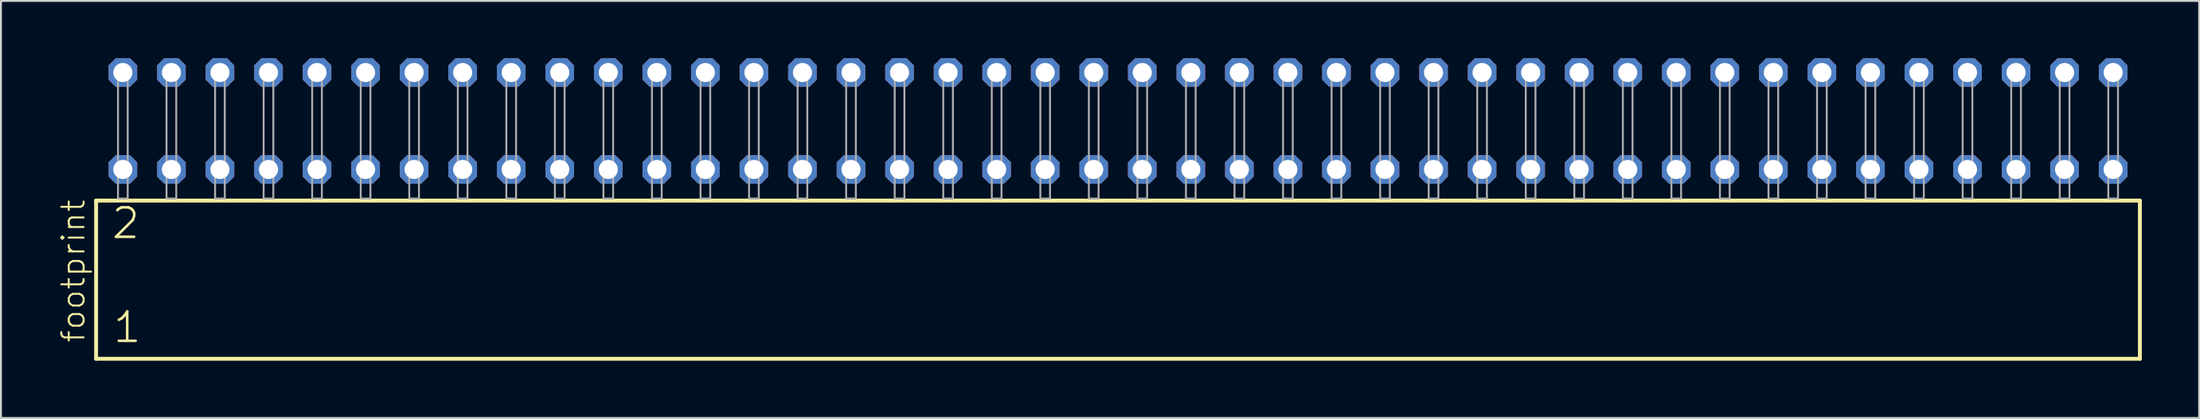
<source format=kicad_pcb>
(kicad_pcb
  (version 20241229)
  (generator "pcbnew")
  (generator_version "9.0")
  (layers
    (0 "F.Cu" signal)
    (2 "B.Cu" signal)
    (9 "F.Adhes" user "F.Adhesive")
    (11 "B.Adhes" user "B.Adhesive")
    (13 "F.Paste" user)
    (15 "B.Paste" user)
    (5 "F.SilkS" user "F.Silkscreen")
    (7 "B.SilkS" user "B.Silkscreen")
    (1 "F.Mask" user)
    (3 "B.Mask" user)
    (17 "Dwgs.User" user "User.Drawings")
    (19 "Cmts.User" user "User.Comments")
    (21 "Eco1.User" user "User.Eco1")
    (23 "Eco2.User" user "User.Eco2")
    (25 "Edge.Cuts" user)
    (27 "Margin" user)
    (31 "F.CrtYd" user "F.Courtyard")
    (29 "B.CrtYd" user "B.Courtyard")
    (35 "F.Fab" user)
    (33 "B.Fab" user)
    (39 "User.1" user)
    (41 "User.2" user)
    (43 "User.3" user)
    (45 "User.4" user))
  (footprint "footprint"
    (layer "F.Cu")
    (at 55.448 7.354)
    (property "Reference" "footprint" (at -53.975 7.62 90) (layer "F.SilkS") (effects (font (size 1.168 1.168) (thickness 0.102)) (justify left bottom)))
    (fp_line (start -53.469 0.106) (end -53.469 8.396) (stroke (width 0.203) (type solid)) (layer "F.SilkS"))
    (fp_line (start -53.469 8.396) (end 53.469 8.396) (stroke (width 0.203) (type solid)) (layer "F.SilkS"))
    (fp_line (start 53.469 0.106) (end -53.469 0.106) (stroke (width 0.203) (type solid)) (layer "F.SilkS"))
    (fp_line (start 53.469 8.396) (end 53.469 0.106) (stroke (width 0.203) (type solid)) (layer "F.SilkS"))
    (fp_poly (pts (xy -52.324 0) (xy -51.816 0) (xy -51.816 -6.858) (xy -52.324 -6.858)) (stroke (width 0.1) (type solid)) (fill no) (layer "F.Fab"))
    (fp_poly (pts (xy -49.784 0) (xy -49.276 0) (xy -49.276 -6.858) (xy -49.784 -6.858)) (stroke (width 0.1) (type solid)) (fill no) (layer "F.Fab"))
    (fp_poly (pts (xy -47.244 0) (xy -46.736 0) (xy -46.736 -6.858) (xy -47.244 -6.858)) (stroke (width 0.1) (type solid)) (fill no) (layer "F.Fab"))
    (fp_poly (pts (xy -44.704 0) (xy -44.196 0) (xy -44.196 -6.858) (xy -44.704 -6.858)) (stroke (width 0.1) (type solid)) (fill no) (layer "F.Fab"))
    (fp_poly (pts (xy -42.164 0) (xy -41.656 0) (xy -41.656 -6.858) (xy -42.164 -6.858)) (stroke (width 0.1) (type solid)) (fill no) (layer "F.Fab"))
    (fp_poly (pts (xy -39.624 0) (xy -39.116 0) (xy -39.116 -6.858) (xy -39.624 -6.858)) (stroke (width 0.1) (type solid)) (fill no) (layer "F.Fab"))
    (fp_poly (pts (xy -37.084 0) (xy -36.576 0) (xy -36.576 -6.858) (xy -37.084 -6.858)) (stroke (width 0.1) (type solid)) (fill no) (layer "F.Fab"))
    (fp_poly (pts (xy -34.544 0) (xy -34.036 0) (xy -34.036 -6.858) (xy -34.544 -6.858)) (stroke (width 0.1) (type solid)) (fill no) (layer "F.Fab"))
    (fp_poly (pts (xy -32.004 0) (xy -31.496 0) (xy -31.496 -6.858) (xy -32.004 -6.858)) (stroke (width 0.1) (type solid)) (fill no) (layer "F.Fab"))
    (fp_poly (pts (xy -29.464 0) (xy -28.956 0) (xy -28.956 -6.858) (xy -29.464 -6.858)) (stroke (width 0.1) (type solid)) (fill no) (layer "F.Fab"))
    (fp_poly (pts (xy -26.924 0) (xy -26.416 0) (xy -26.416 -6.858) (xy -26.924 -6.858)) (stroke (width 0.1) (type solid)) (fill no) (layer "F.Fab"))
    (fp_poly (pts (xy -24.384 0) (xy -23.876 0) (xy -23.876 -6.858) (xy -24.384 -6.858)) (stroke (width 0.1) (type solid)) (fill no) (layer "F.Fab"))
    (fp_poly (pts (xy -21.844 0) (xy -21.336 0) (xy -21.336 -6.858) (xy -21.844 -6.858)) (stroke (width 0.1) (type solid)) (fill no) (layer "F.Fab"))
    (fp_poly (pts (xy -19.304 0) (xy -18.796 0) (xy -18.796 -6.858) (xy -19.304 -6.858)) (stroke (width 0.1) (type solid)) (fill no) (layer "F.Fab"))
    (fp_poly (pts (xy -16.764 0) (xy -16.256 0) (xy -16.256 -6.858) (xy -16.764 -6.858)) (stroke (width 0.1) (type solid)) (fill no) (layer "F.Fab"))
    (fp_poly (pts (xy -14.224 0) (xy -13.716 0) (xy -13.716 -6.858) (xy -14.224 -6.858)) (stroke (width 0.1) (type solid)) (fill no) (layer "F.Fab"))
    (fp_poly (pts (xy -11.684 0) (xy -11.176 0) (xy -11.176 -6.858) (xy -11.684 -6.858)) (stroke (width 0.1) (type solid)) (fill no) (layer "F.Fab"))
    (fp_poly (pts (xy -9.144 0) (xy -8.636 0) (xy -8.636 -6.858) (xy -9.144 -6.858)) (stroke (width 0.1) (type solid)) (fill no) (layer "F.Fab"))
    (fp_poly (pts (xy -6.604 0) (xy -6.096 0) (xy -6.096 -6.858) (xy -6.604 -6.858)) (stroke (width 0.1) (type solid)) (fill no) (layer "F.Fab"))
    (fp_poly (pts (xy -4.064 0) (xy -3.556 0) (xy -3.556 -6.858) (xy -4.064 -6.858)) (stroke (width 0.1) (type solid)) (fill no) (layer "F.Fab"))
    (fp_poly (pts (xy -1.524 0) (xy -1.016 0) (xy -1.016 -6.858) (xy -1.524 -6.858)) (stroke (width 0.1) (type solid)) (fill no) (layer "F.Fab"))
    (fp_poly (pts (xy 1.016 0) (xy 1.524 0) (xy 1.524 -6.858) (xy 1.016 -6.858)) (stroke (width 0.1) (type solid)) (fill no) (layer "F.Fab"))
    (fp_poly (pts (xy 3.556 0) (xy 4.064 0) (xy 4.064 -6.858) (xy 3.556 -6.858)) (stroke (width 0.1) (type solid)) (fill no) (layer "F.Fab"))
    (fp_poly (pts (xy 6.096 0) (xy 6.604 0) (xy 6.604 -6.858) (xy 6.096 -6.858)) (stroke (width 0.1) (type solid)) (fill no) (layer "F.Fab"))
    (fp_poly (pts (xy 8.636 0) (xy 9.144 0) (xy 9.144 -6.858) (xy 8.636 -6.858)) (stroke (width 0.1) (type solid)) (fill no) (layer "F.Fab"))
    (fp_poly (pts (xy 11.176 0) (xy 11.684 0) (xy 11.684 -6.858) (xy 11.176 -6.858)) (stroke (width 0.1) (type solid)) (fill no) (layer "F.Fab"))
    (fp_poly (pts (xy 13.716 0) (xy 14.224 0) (xy 14.224 -6.858) (xy 13.716 -6.858)) (stroke (width 0.1) (type solid)) (fill no) (layer "F.Fab"))
    (fp_poly (pts (xy 16.256 0) (xy 16.764 0) (xy 16.764 -6.858) (xy 16.256 -6.858)) (stroke (width 0.1) (type solid)) (fill no) (layer "F.Fab"))
    (fp_poly (pts (xy 18.796 0) (xy 19.304 0) (xy 19.304 -6.858) (xy 18.796 -6.858)) (stroke (width 0.1) (type solid)) (fill no) (layer "F.Fab"))
    (fp_poly (pts (xy 21.336 0) (xy 21.844 0) (xy 21.844 -6.858) (xy 21.336 -6.858)) (stroke (width 0.1) (type solid)) (fill no) (layer "F.Fab"))
    (fp_poly (pts (xy 23.876 0) (xy 24.384 0) (xy 24.384 -6.858) (xy 23.876 -6.858)) (stroke (width 0.1) (type solid)) (fill no) (layer "F.Fab"))
    (fp_poly (pts (xy 26.416 0) (xy 26.924 0) (xy 26.924 -6.858) (xy 26.416 -6.858)) (stroke (width 0.1) (type solid)) (fill no) (layer "F.Fab"))
    (fp_poly (pts (xy 28.956 0) (xy 29.464 0) (xy 29.464 -6.858) (xy 28.956 -6.858)) (stroke (width 0.1) (type solid)) (fill no) (layer "F.Fab"))
    (fp_poly (pts (xy 31.496 0) (xy 32.004 0) (xy 32.004 -6.858) (xy 31.496 -6.858)) (stroke (width 0.1) (type solid)) (fill no) (layer "F.Fab"))
    (fp_poly (pts (xy 34.036 0) (xy 34.544 0) (xy 34.544 -6.858) (xy 34.036 -6.858)) (stroke (width 0.1) (type solid)) (fill no) (layer "F.Fab"))
    (fp_poly (pts (xy 36.576 0) (xy 37.084 0) (xy 37.084 -6.858) (xy 36.576 -6.858)) (stroke (width 0.1) (type solid)) (fill no) (layer "F.Fab"))
    (fp_poly (pts (xy 39.116 0) (xy 39.624 0) (xy 39.624 -6.858) (xy 39.116 -6.858)) (stroke (width 0.1) (type solid)) (fill no) (layer "F.Fab"))
    (fp_poly (pts (xy 41.656 0) (xy 42.164 0) (xy 42.164 -6.858) (xy 41.656 -6.858)) (stroke (width 0.1) (type solid)) (fill no) (layer "F.Fab"))
    (fp_poly (pts (xy 44.196 0) (xy 44.704 0) (xy 44.704 -6.858) (xy 44.196 -6.858)) (stroke (width 0.1) (type solid)) (fill no) (layer "F.Fab"))
    (fp_poly (pts (xy 46.736 0) (xy 47.244 0) (xy 47.244 -6.858) (xy 46.736 -6.858)) (stroke (width 0.1) (type solid)) (fill no) (layer "F.Fab"))
    (fp_poly (pts (xy 49.276 0) (xy 49.784 0) (xy 49.784 -6.858) (xy 49.276 -6.858)) (stroke (width 0.1) (type solid)) (fill no) (layer "F.Fab"))
    (fp_poly (pts (xy 51.816 0) (xy 52.324 0) (xy 52.324 -6.858) (xy 51.816 -6.858)) (stroke (width 0.1) (type solid)) (fill no) (layer "F.Fab"))
    (fp_text user "2" (at -52.74 2.2 0) (layer "F.SilkS") (effects (font (size 1.542 1.542) (thickness 0.134)) (justify left bottom)))
    (fp_text user "1" (at -52.665 7.65 0) (layer "F.SilkS") (effects (font (size 1.542 1.542) (thickness 0.134)) (justify left bottom)))
    (pad "1" thru_hole roundrect (at -52.07 -1.524) (size 1.5 1.5) (drill 1) (layers "*.Cu" "*.Mask") (roundrect_rratio 0.25) (chamfer_ratio 0.25) (chamfer top_left top_right bottom_left bottom_right))
    (pad "2" thru_hole roundrect (at -52.07 -6.604) (size 1.5 1.5) (drill 1) (layers "*.Cu" "*.Mask") (roundrect_rratio 0.25) (chamfer_ratio 0.25) (chamfer top_left top_right bottom_left bottom_right))
    (pad "3" thru_hole roundrect (at -49.53 -1.524) (size 1.5 1.5) (drill 1) (layers "*.Cu" "*.Mask") (roundrect_rratio 0.25) (chamfer_ratio 0.25) (chamfer top_left top_right bottom_left bottom_right))
    (pad "4" thru_hole roundrect (at -49.53 -6.604) (size 1.5 1.5) (drill 1) (layers "*.Cu" "*.Mask") (roundrect_rratio 0.25) (chamfer_ratio 0.25) (chamfer top_left top_right bottom_left bottom_right))
    (pad "5" thru_hole roundrect (at -46.99 -1.524) (size 1.5 1.5) (drill 1) (layers "*.Cu" "*.Mask") (roundrect_rratio 0.25) (chamfer_ratio 0.25) (chamfer top_left top_right bottom_left bottom_right))
    (pad "6" thru_hole roundrect (at -46.99 -6.604) (size 1.5 1.5) (drill 1) (layers "*.Cu" "*.Mask") (roundrect_rratio 0.25) (chamfer_ratio 0.25) (chamfer top_left top_right bottom_left bottom_right))
    (pad "7" thru_hole roundrect (at -44.45 -1.524) (size 1.5 1.5) (drill 1) (layers "*.Cu" "*.Mask") (roundrect_rratio 0.25) (chamfer_ratio 0.25) (chamfer top_left top_right bottom_left bottom_right))
    (pad "8" thru_hole roundrect (at -44.45 -6.604) (size 1.5 1.5) (drill 1) (layers "*.Cu" "*.Mask") (roundrect_rratio 0.25) (chamfer_ratio 0.25) (chamfer top_left top_right bottom_left bottom_right))
    (pad "9" thru_hole roundrect (at -41.91 -1.524) (size 1.5 1.5) (drill 1) (layers "*.Cu" "*.Mask") (roundrect_rratio 0.25) (chamfer_ratio 0.25) (chamfer top_left top_right bottom_left bottom_right))
    (pad "10" thru_hole roundrect (at -41.91 -6.604) (size 1.5 1.5) (drill 1) (layers "*.Cu" "*.Mask") (roundrect_rratio 0.25) (chamfer_ratio 0.25) (chamfer top_left top_right bottom_left bottom_right))
    (pad "11" thru_hole roundrect (at -39.37 -1.524) (size 1.5 1.5) (drill 1) (layers "*.Cu" "*.Mask") (roundrect_rratio 0.25) (chamfer_ratio 0.25) (chamfer top_left top_right bottom_left bottom_right))
    (pad "12" thru_hole roundrect (at -39.37 -6.604) (size 1.5 1.5) (drill 1) (layers "*.Cu" "*.Mask") (roundrect_rratio 0.25) (chamfer_ratio 0.25) (chamfer top_left top_right bottom_left bottom_right))
    (pad "13" thru_hole roundrect (at -36.83 -1.524) (size 1.5 1.5) (drill 1) (layers "*.Cu" "*.Mask") (roundrect_rratio 0.25) (chamfer_ratio 0.25) (chamfer top_left top_right bottom_left bottom_right))
    (pad "14" thru_hole roundrect (at -36.83 -6.604) (size 1.5 1.5) (drill 1) (layers "*.Cu" "*.Mask") (roundrect_rratio 0.25) (chamfer_ratio 0.25) (chamfer top_left top_right bottom_left bottom_right))
    (pad "15" thru_hole roundrect (at -34.29 -1.524) (size 1.5 1.5) (drill 1) (layers "*.Cu" "*.Mask") (roundrect_rratio 0.25) (chamfer_ratio 0.25) (chamfer top_left top_right bottom_left bottom_right))
    (pad "16" thru_hole roundrect (at -34.29 -6.604) (size 1.5 1.5) (drill 1) (layers "*.Cu" "*.Mask") (roundrect_rratio 0.25) (chamfer_ratio 0.25) (chamfer top_left top_right bottom_left bottom_right))
    (pad "17" thru_hole roundrect (at -31.75 -1.524) (size 1.5 1.5) (drill 1) (layers "*.Cu" "*.Mask") (roundrect_rratio 0.25) (chamfer_ratio 0.25) (chamfer top_left top_right bottom_left bottom_right))
    (pad "18" thru_hole roundrect (at -31.75 -6.604) (size 1.5 1.5) (drill 1) (layers "*.Cu" "*.Mask") (roundrect_rratio 0.25) (chamfer_ratio 0.25) (chamfer top_left top_right bottom_left bottom_right))
    (pad "19" thru_hole roundrect (at -29.21 -1.524) (size 1.5 1.5) (drill 1) (layers "*.Cu" "*.Mask") (roundrect_rratio 0.25) (chamfer_ratio 0.25) (chamfer top_left top_right bottom_left bottom_right))
    (pad "20" thru_hole roundrect (at -29.21 -6.604) (size 1.5 1.5) (drill 1) (layers "*.Cu" "*.Mask") (roundrect_rratio 0.25) (chamfer_ratio 0.25) (chamfer top_left top_right bottom_left bottom_right))
    (pad "21" thru_hole roundrect (at -26.67 -1.524) (size 1.5 1.5) (drill 1) (layers "*.Cu" "*.Mask") (roundrect_rratio 0.25) (chamfer_ratio 0.25) (chamfer top_left top_right bottom_left bottom_right))
    (pad "22" thru_hole roundrect (at -26.67 -6.604) (size 1.5 1.5) (drill 1) (layers "*.Cu" "*.Mask") (roundrect_rratio 0.25) (chamfer_ratio 0.25) (chamfer top_left top_right bottom_left bottom_right))
    (pad "23" thru_hole roundrect (at -24.13 -1.524) (size 1.5 1.5) (drill 1) (layers "*.Cu" "*.Mask") (roundrect_rratio 0.25) (chamfer_ratio 0.25) (chamfer top_left top_right bottom_left bottom_right))
    (pad "24" thru_hole roundrect (at -24.13 -6.604) (size 1.5 1.5) (drill 1) (layers "*.Cu" "*.Mask") (roundrect_rratio 0.25) (chamfer_ratio 0.25) (chamfer top_left top_right bottom_left bottom_right))
    (pad "25" thru_hole roundrect (at -21.59 -1.524) (size 1.5 1.5) (drill 1) (layers "*.Cu" "*.Mask") (roundrect_rratio 0.25) (chamfer_ratio 0.25) (chamfer top_left top_right bottom_left bottom_right))
    (pad "26" thru_hole roundrect (at -21.59 -6.604) (size 1.5 1.5) (drill 1) (layers "*.Cu" "*.Mask") (roundrect_rratio 0.25) (chamfer_ratio 0.25) (chamfer top_left top_right bottom_left bottom_right))
    (pad "27" thru_hole roundrect (at -19.05 -1.524) (size 1.5 1.5) (drill 1) (layers "*.Cu" "*.Mask") (roundrect_rratio 0.25) (chamfer_ratio 0.25) (chamfer top_left top_right bottom_left bottom_right))
    (pad "28" thru_hole roundrect (at -19.05 -6.604) (size 1.5 1.5) (drill 1) (layers "*.Cu" "*.Mask") (roundrect_rratio 0.25) (chamfer_ratio 0.25) (chamfer top_left top_right bottom_left bottom_right))
    (pad "29" thru_hole roundrect (at -16.51 -1.524) (size 1.5 1.5) (drill 1) (layers "*.Cu" "*.Mask") (roundrect_rratio 0.25) (chamfer_ratio 0.25) (chamfer top_left top_right bottom_left bottom_right))
    (pad "30" thru_hole roundrect (at -16.51 -6.604) (size 1.5 1.5) (drill 1) (layers "*.Cu" "*.Mask") (roundrect_rratio 0.25) (chamfer_ratio 0.25) (chamfer top_left top_right bottom_left bottom_right))
    (pad "31" thru_hole roundrect (at -13.97 -1.524) (size 1.5 1.5) (drill 1) (layers "*.Cu" "*.Mask") (roundrect_rratio 0.25) (chamfer_ratio 0.25) (chamfer top_left top_right bottom_left bottom_right))
    (pad "32" thru_hole roundrect (at -13.97 -6.604) (size 1.5 1.5) (drill 1) (layers "*.Cu" "*.Mask") (roundrect_rratio 0.25) (chamfer_ratio 0.25) (chamfer top_left top_right bottom_left bottom_right))
    (pad "33" thru_hole roundrect (at -11.43 -1.524) (size 1.5 1.5) (drill 1) (layers "*.Cu" "*.Mask") (roundrect_rratio 0.25) (chamfer_ratio 0.25) (chamfer top_left top_right bottom_left bottom_right))
    (pad "34" thru_hole roundrect (at -11.43 -6.604) (size 1.5 1.5) (drill 1) (layers "*.Cu" "*.Mask") (roundrect_rratio 0.25) (chamfer_ratio 0.25) (chamfer top_left top_right bottom_left bottom_right))
    (pad "35" thru_hole roundrect (at -8.89 -1.524) (size 1.5 1.5) (drill 1) (layers "*.Cu" "*.Mask") (roundrect_rratio 0.25) (chamfer_ratio 0.25) (chamfer top_left top_right bottom_left bottom_right))
    (pad "36" thru_hole roundrect (at -8.89 -6.604) (size 1.5 1.5) (drill 1) (layers "*.Cu" "*.Mask") (roundrect_rratio 0.25) (chamfer_ratio 0.25) (chamfer top_left top_right bottom_left bottom_right))
    (pad "37" thru_hole roundrect (at -6.35 -1.524) (size 1.5 1.5) (drill 1) (layers "*.Cu" "*.Mask") (roundrect_rratio 0.25) (chamfer_ratio 0.25) (chamfer top_left top_right bottom_left bottom_right))
    (pad "38" thru_hole roundrect (at -6.35 -6.604) (size 1.5 1.5) (drill 1) (layers "*.Cu" "*.Mask") (roundrect_rratio 0.25) (chamfer_ratio 0.25) (chamfer top_left top_right bottom_left bottom_right))
    (pad "39" thru_hole roundrect (at -3.81 -1.524) (size 1.5 1.5) (drill 1) (layers "*.Cu" "*.Mask") (roundrect_rratio 0.25) (chamfer_ratio 0.25) (chamfer top_left top_right bottom_left bottom_right))
    (pad "40" thru_hole roundrect (at -3.81 -6.604) (size 1.5 1.5) (drill 1) (layers "*.Cu" "*.Mask") (roundrect_rratio 0.25) (chamfer_ratio 0.25) (chamfer top_left top_right bottom_left bottom_right))
    (pad "41" thru_hole roundrect (at -1.27 -1.524) (size 1.5 1.5) (drill 1) (layers "*.Cu" "*.Mask") (roundrect_rratio 0.25) (chamfer_ratio 0.25) (chamfer top_left top_right bottom_left bottom_right))
    (pad "42" thru_hole roundrect (at -1.27 -6.604) (size 1.5 1.5) (drill 1) (layers "*.Cu" "*.Mask") (roundrect_rratio 0.25) (chamfer_ratio 0.25) (chamfer top_left top_right bottom_left bottom_right))
    (pad "43" thru_hole roundrect (at 1.27 -1.524) (size 1.5 1.5) (drill 1) (layers "*.Cu" "*.Mask") (roundrect_rratio 0.25) (chamfer_ratio 0.25) (chamfer top_left top_right bottom_left bottom_right))
    (pad "44" thru_hole roundrect (at 1.27 -6.604) (size 1.5 1.5) (drill 1) (layers "*.Cu" "*.Mask") (roundrect_rratio 0.25) (chamfer_ratio 0.25) (chamfer top_left top_right bottom_left bottom_right))
    (pad "45" thru_hole roundrect (at 3.81 -1.524) (size 1.5 1.5) (drill 1) (layers "*.Cu" "*.Mask") (roundrect_rratio 0.25) (chamfer_ratio 0.25) (chamfer top_left top_right bottom_left bottom_right))
    (pad "46" thru_hole roundrect (at 3.81 -6.604) (size 1.5 1.5) (drill 1) (layers "*.Cu" "*.Mask") (roundrect_rratio 0.25) (chamfer_ratio 0.25) (chamfer top_left top_right bottom_left bottom_right))
    (pad "47" thru_hole roundrect (at 6.35 -1.524) (size 1.5 1.5) (drill 1) (layers "*.Cu" "*.Mask") (roundrect_rratio 0.25) (chamfer_ratio 0.25) (chamfer top_left top_right bottom_left bottom_right))
    (pad "48" thru_hole roundrect (at 6.35 -6.604) (size 1.5 1.5) (drill 1) (layers "*.Cu" "*.Mask") (roundrect_rratio 0.25) (chamfer_ratio 0.25) (chamfer top_left top_right bottom_left bottom_right))
    (pad "49" thru_hole roundrect (at 8.89 -1.524) (size 1.5 1.5) (drill 1) (layers "*.Cu" "*.Mask") (roundrect_rratio 0.25) (chamfer_ratio 0.25) (chamfer top_left top_right bottom_left bottom_right))
    (pad "50" thru_hole roundrect (at 8.89 -6.604) (size 1.5 1.5) (drill 1) (layers "*.Cu" "*.Mask") (roundrect_rratio 0.25) (chamfer_ratio 0.25) (chamfer top_left top_right bottom_left bottom_right))
    (pad "51" thru_hole roundrect (at 11.43 -1.524) (size 1.5 1.5) (drill 1) (layers "*.Cu" "*.Mask") (roundrect_rratio 0.25) (chamfer_ratio 0.25) (chamfer top_left top_right bottom_left bottom_right))
    (pad "52" thru_hole roundrect (at 11.43 -6.604) (size 1.5 1.5) (drill 1) (layers "*.Cu" "*.Mask") (roundrect_rratio 0.25) (chamfer_ratio 0.25) (chamfer top_left top_right bottom_left bottom_right))
    (pad "53" thru_hole roundrect (at 13.97 -1.524) (size 1.5 1.5) (drill 1) (layers "*.Cu" "*.Mask") (roundrect_rratio 0.25) (chamfer_ratio 0.25) (chamfer top_left top_right bottom_left bottom_right))
    (pad "54" thru_hole roundrect (at 13.97 -6.604) (size 1.5 1.5) (drill 1) (layers "*.Cu" "*.Mask") (roundrect_rratio 0.25) (chamfer_ratio 0.25) (chamfer top_left top_right bottom_left bottom_right))
    (pad "55" thru_hole roundrect (at 16.51 -1.524) (size 1.5 1.5) (drill 1) (layers "*.Cu" "*.Mask") (roundrect_rratio 0.25) (chamfer_ratio 0.25) (chamfer top_left top_right bottom_left bottom_right))
    (pad "56" thru_hole roundrect (at 16.51 -6.604) (size 1.5 1.5) (drill 1) (layers "*.Cu" "*.Mask") (roundrect_rratio 0.25) (chamfer_ratio 0.25) (chamfer top_left top_right bottom_left bottom_right))
    (pad "57" thru_hole roundrect (at 19.05 -1.524) (size 1.5 1.5) (drill 1) (layers "*.Cu" "*.Mask") (roundrect_rratio 0.25) (chamfer_ratio 0.25) (chamfer top_left top_right bottom_left bottom_right))
    (pad "58" thru_hole roundrect (at 19.05 -6.604) (size 1.5 1.5) (drill 1) (layers "*.Cu" "*.Mask") (roundrect_rratio 0.25) (chamfer_ratio 0.25) (chamfer top_left top_right bottom_left bottom_right))
    (pad "59" thru_hole roundrect (at 21.59 -1.524) (size 1.5 1.5) (drill 1) (layers "*.Cu" "*.Mask") (roundrect_rratio 0.25) (chamfer_ratio 0.25) (chamfer top_left top_right bottom_left bottom_right))
    (pad "60" thru_hole roundrect (at 21.59 -6.604) (size 1.5 1.5) (drill 1) (layers "*.Cu" "*.Mask") (roundrect_rratio 0.25) (chamfer_ratio 0.25) (chamfer top_left top_right bottom_left bottom_right))
    (pad "61" thru_hole roundrect (at 24.13 -1.524) (size 1.5 1.5) (drill 1) (layers "*.Cu" "*.Mask") (roundrect_rratio 0.25) (chamfer_ratio 0.25) (chamfer top_left top_right bottom_left bottom_right))
    (pad "62" thru_hole roundrect (at 24.13 -6.604) (size 1.5 1.5) (drill 1) (layers "*.Cu" "*.Mask") (roundrect_rratio 0.25) (chamfer_ratio 0.25) (chamfer top_left top_right bottom_left bottom_right))
    (pad "63" thru_hole roundrect (at 26.67 -1.524) (size 1.5 1.5) (drill 1) (layers "*.Cu" "*.Mask") (roundrect_rratio 0.25) (chamfer_ratio 0.25) (chamfer top_left top_right bottom_left bottom_right))
    (pad "64" thru_hole roundrect (at 26.67 -6.604) (size 1.5 1.5) (drill 1) (layers "*.Cu" "*.Mask") (roundrect_rratio 0.25) (chamfer_ratio 0.25) (chamfer top_left top_right bottom_left bottom_right))
    (pad "65" thru_hole roundrect (at 29.21 -1.524) (size 1.5 1.5) (drill 1) (layers "*.Cu" "*.Mask") (roundrect_rratio 0.25) (chamfer_ratio 0.25) (chamfer top_left top_right bottom_left bottom_right))
    (pad "66" thru_hole roundrect (at 29.21 -6.604) (size 1.5 1.5) (drill 1) (layers "*.Cu" "*.Mask") (roundrect_rratio 0.25) (chamfer_ratio 0.25) (chamfer top_left top_right bottom_left bottom_right))
    (pad "67" thru_hole roundrect (at 31.75 -1.524) (size 1.5 1.5) (drill 1) (layers "*.Cu" "*.Mask") (roundrect_rratio 0.25) (chamfer_ratio 0.25) (chamfer top_left top_right bottom_left bottom_right))
    (pad "68" thru_hole roundrect (at 31.75 -6.604) (size 1.5 1.5) (drill 1) (layers "*.Cu" "*.Mask") (roundrect_rratio 0.25) (chamfer_ratio 0.25) (chamfer top_left top_right bottom_left bottom_right))
    (pad "69" thru_hole roundrect (at 34.29 -1.524) (size 1.5 1.5) (drill 1) (layers "*.Cu" "*.Mask") (roundrect_rratio 0.25) (chamfer_ratio 0.25) (chamfer top_left top_right bottom_left bottom_right))
    (pad "70" thru_hole roundrect (at 34.29 -6.604) (size 1.5 1.5) (drill 1) (layers "*.Cu" "*.Mask") (roundrect_rratio 0.25) (chamfer_ratio 0.25) (chamfer top_left top_right bottom_left bottom_right))
    (pad "71" thru_hole roundrect (at 36.83 -1.524) (size 1.5 1.5) (drill 1) (layers "*.Cu" "*.Mask") (roundrect_rratio 0.25) (chamfer_ratio 0.25) (chamfer top_left top_right bottom_left bottom_right))
    (pad "72" thru_hole roundrect (at 36.83 -6.604) (size 1.5 1.5) (drill 1) (layers "*.Cu" "*.Mask") (roundrect_rratio 0.25) (chamfer_ratio 0.25) (chamfer top_left top_right bottom_left bottom_right))
    (pad "73" thru_hole roundrect (at 39.37 -1.524) (size 1.5 1.5) (drill 1) (layers "*.Cu" "*.Mask") (roundrect_rratio 0.25) (chamfer_ratio 0.25) (chamfer top_left top_right bottom_left bottom_right))
    (pad "74" thru_hole roundrect (at 39.37 -6.604) (size 1.5 1.5) (drill 1) (layers "*.Cu" "*.Mask") (roundrect_rratio 0.25) (chamfer_ratio 0.25) (chamfer top_left top_right bottom_left bottom_right))
    (pad "75" thru_hole roundrect (at 41.91 -1.524) (size 1.5 1.5) (drill 1) (layers "*.Cu" "*.Mask") (roundrect_rratio 0.25) (chamfer_ratio 0.25) (chamfer top_left top_right bottom_left bottom_right))
    (pad "76" thru_hole roundrect (at 41.91 -6.604) (size 1.5 1.5) (drill 1) (layers "*.Cu" "*.Mask") (roundrect_rratio 0.25) (chamfer_ratio 0.25) (chamfer top_left top_right bottom_left bottom_right))
    (pad "77" thru_hole roundrect (at 44.45 -1.524) (size 1.5 1.5) (drill 1) (layers "*.Cu" "*.Mask") (roundrect_rratio 0.25) (chamfer_ratio 0.25) (chamfer top_left top_right bottom_left bottom_right))
    (pad "78" thru_hole roundrect (at 44.45 -6.604) (size 1.5 1.5) (drill 1) (layers "*.Cu" "*.Mask") (roundrect_rratio 0.25) (chamfer_ratio 0.25) (chamfer top_left top_right bottom_left bottom_right))
    (pad "79" thru_hole roundrect (at 46.99 -1.524) (size 1.5 1.5) (drill 1) (layers "*.Cu" "*.Mask") (roundrect_rratio 0.25) (chamfer_ratio 0.25) (chamfer top_left top_right bottom_left bottom_right))
    (pad "80" thru_hole roundrect (at 46.99 -6.604) (size 1.5 1.5) (drill 1) (layers "*.Cu" "*.Mask") (roundrect_rratio 0.25) (chamfer_ratio 0.25) (chamfer top_left top_right bottom_left bottom_right))
    (pad "81" thru_hole roundrect (at 49.53 -1.524) (size 1.5 1.5) (drill 1) (layers "*.Cu" "*.Mask") (roundrect_rratio 0.25) (chamfer_ratio 0.25) (chamfer top_left top_right bottom_left bottom_right))
    (pad "82" thru_hole roundrect (at 49.53 -6.604) (size 1.5 1.5) (drill 1) (layers "*.Cu" "*.Mask") (roundrect_rratio 0.25) (chamfer_ratio 0.25) (chamfer top_left top_right bottom_left bottom_right))
    (pad "83" thru_hole roundrect (at 52.07 -1.524) (size 1.5 1.5) (drill 1) (layers "*.Cu" "*.Mask") (roundrect_rratio 0.25) (chamfer_ratio 0.25) (chamfer top_left top_right bottom_left bottom_right))
    (pad "84" thru_hole roundrect (at 52.07 -6.604) (size 1.5 1.5) (drill 1) (layers "*.Cu" "*.Mask") (roundrect_rratio 0.25) (chamfer_ratio 0.25) (chamfer top_left top_right bottom_left bottom_right)))
  (gr_rect
    (start -3 -3)
    (end 112.019 18.852)
    (stroke (width 0.1) (type default))
    (fill no)
    (layer "Edge.Cuts")))
</source>
